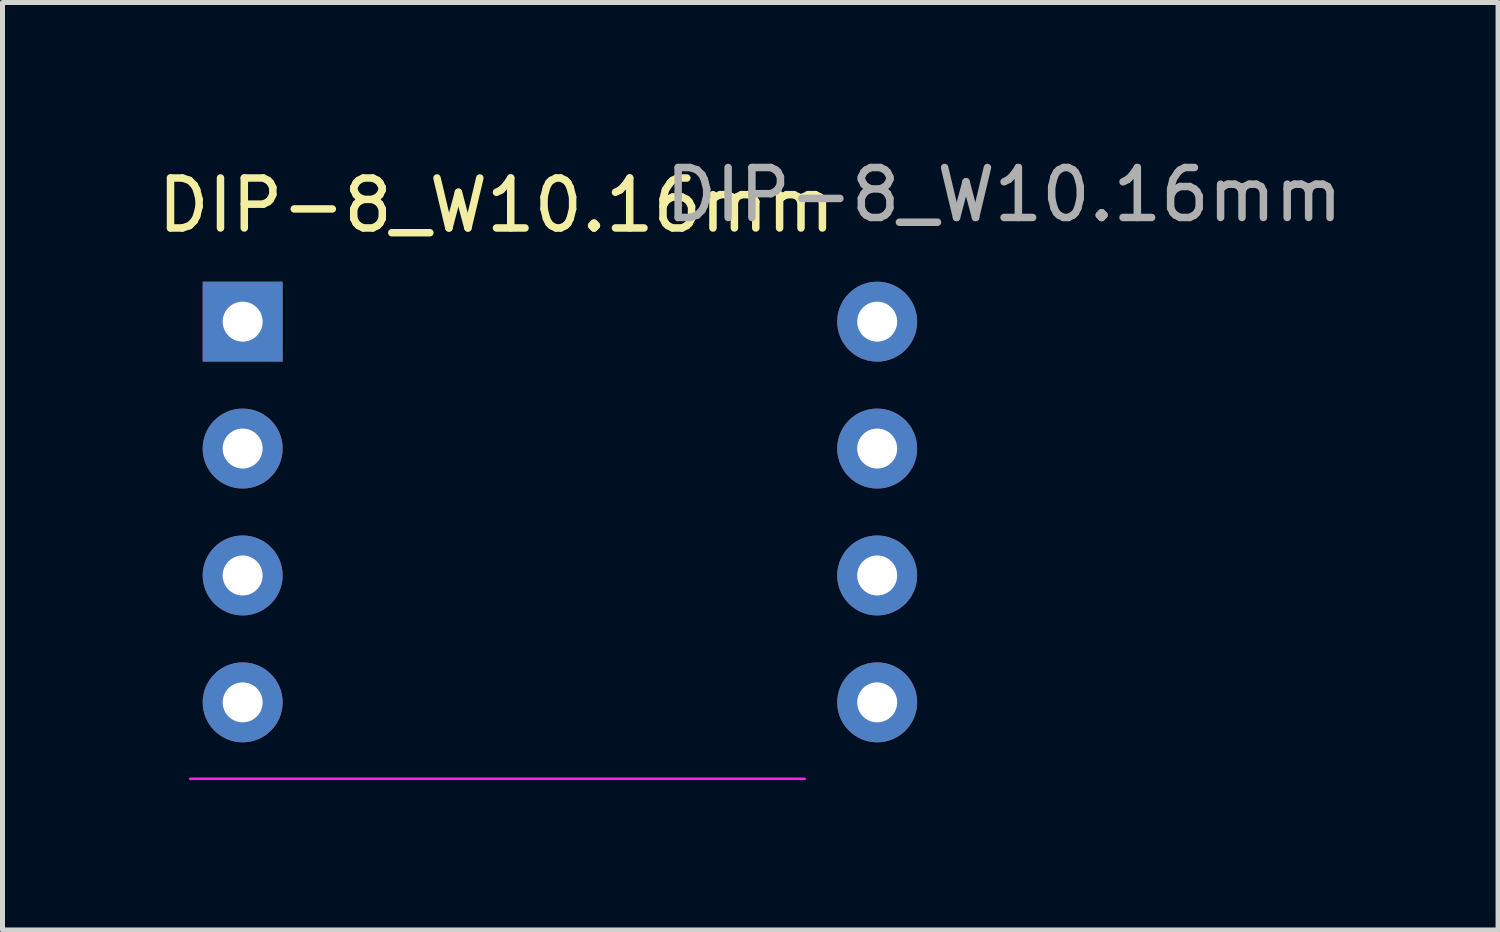
<source format=kicad_pcb>
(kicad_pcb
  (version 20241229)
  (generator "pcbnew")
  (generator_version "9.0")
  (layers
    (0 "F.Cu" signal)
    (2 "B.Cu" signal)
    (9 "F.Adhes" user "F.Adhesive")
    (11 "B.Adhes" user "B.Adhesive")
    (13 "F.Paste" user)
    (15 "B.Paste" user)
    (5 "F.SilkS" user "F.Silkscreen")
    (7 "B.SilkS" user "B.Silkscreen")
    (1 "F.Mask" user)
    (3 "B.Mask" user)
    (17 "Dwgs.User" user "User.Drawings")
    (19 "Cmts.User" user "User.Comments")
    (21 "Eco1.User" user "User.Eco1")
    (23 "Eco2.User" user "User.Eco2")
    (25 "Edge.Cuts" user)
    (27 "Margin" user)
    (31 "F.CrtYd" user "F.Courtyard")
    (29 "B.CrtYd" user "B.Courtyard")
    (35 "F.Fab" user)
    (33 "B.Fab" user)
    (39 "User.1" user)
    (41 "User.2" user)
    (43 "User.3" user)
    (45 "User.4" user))
  (footprint "DIP-8_W10.16mm"
    (layer "F.Cu")
    (at 1.807 3.388)
    (property "Reference" "DIP-8_W10.16mm" (at 5.08 -2.33 0) (layer "F.SilkS") (effects (font (size 1 1) (thickness 0.15))))
    (attr through_hole)
    (fp_line (start -1.05 9.15) (end 11.25 9.15) (stroke (width 0.05) (type solid)) (layer "F.CrtYd"))
    (fp_text user "${REFERENCE}" (at 15.24 -2.54 0) (layer "F.Fab") (effects (font (size 1 1) (thickness 0.15))))
    (pad "1" thru_hole rect (at 0 0) (size 1.6 1.6) (drill 0.8) (layers "*.Cu" "*.Mask"))
    (pad "2" thru_hole oval (at 0 2.54) (size 1.6 1.6) (drill 0.8) (layers "*.Cu" "*.Mask"))
    (pad "3" thru_hole oval (at 0 5.08) (size 1.6 1.6) (drill 0.8) (layers "*.Cu" "*.Mask"))
    (pad "4" thru_hole oval (at 0 7.62) (size 1.6 1.6) (drill 0.8) (layers "*.Cu" "*.Mask"))
    (pad "5" thru_hole oval (at 12.7 7.62) (size 1.6 1.6) (drill 0.8) (layers "*.Cu" "*.Mask"))
    (pad "6" thru_hole oval (at 12.7 5.08) (size 1.6 1.6) (drill 0.8) (layers "*.Cu" "*.Mask"))
    (pad "7" thru_hole oval (at 12.7 2.54) (size 1.6 1.6) (drill 0.8) (layers "*.Cu" "*.Mask"))
    (pad "8" thru_hole oval (at 12.7 0) (size 1.6 1.6) (drill 0.8) (layers "*.Cu" "*.Mask")))
  (gr_rect
    (start -3 -3)
    (end 26.934 15.563)
    (stroke (width 0.1) (type default))
    (fill no)
    (layer "Edge.Cuts")))
</source>
